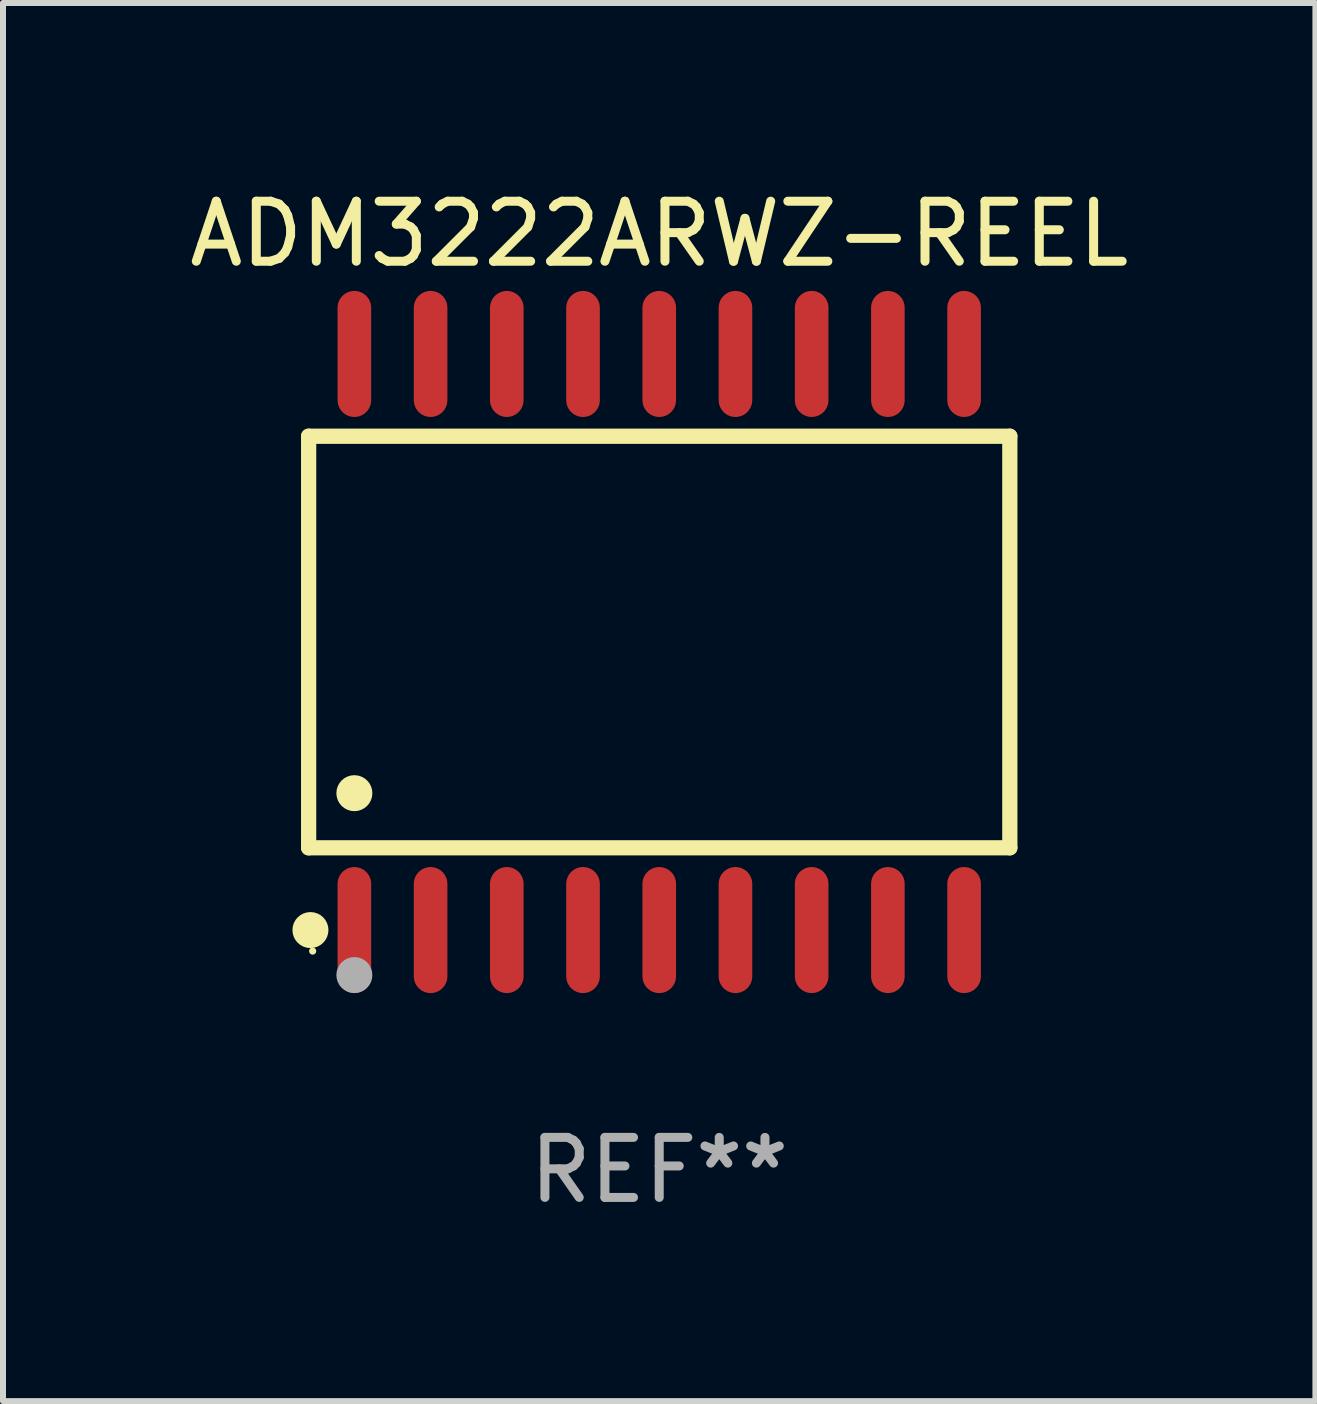
<source format=kicad_pcb>
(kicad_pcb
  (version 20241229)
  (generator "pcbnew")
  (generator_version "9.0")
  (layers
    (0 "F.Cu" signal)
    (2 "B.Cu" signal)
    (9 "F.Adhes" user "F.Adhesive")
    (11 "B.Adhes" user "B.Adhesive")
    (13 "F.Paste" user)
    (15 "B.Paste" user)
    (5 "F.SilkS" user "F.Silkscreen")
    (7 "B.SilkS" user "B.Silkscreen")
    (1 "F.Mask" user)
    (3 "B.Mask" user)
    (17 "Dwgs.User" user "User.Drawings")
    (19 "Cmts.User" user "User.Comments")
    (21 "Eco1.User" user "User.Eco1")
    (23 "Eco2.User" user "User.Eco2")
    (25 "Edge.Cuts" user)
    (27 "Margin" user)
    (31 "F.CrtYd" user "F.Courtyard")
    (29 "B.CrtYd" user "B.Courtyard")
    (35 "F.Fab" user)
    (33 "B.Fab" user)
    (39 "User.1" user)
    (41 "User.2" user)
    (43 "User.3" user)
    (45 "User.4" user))
  (footprint "ADM3222ARWZ-REEL"
    (layer "F.Cu")
    (at 7.935 7.648)
    (property "Reference" "ADM3222ARWZ-REEL" (at 0 -6.8 0) (layer "F.SilkS") (effects (font (size 1 1) (thickness 0.15))))
    (attr through_hole)
    (fp_line (start -5.842 -3.429) (end -5.842 3.429) (stroke (width 0.254) (type solid)) (layer "F.SilkS"))
    (fp_line (start -5.842 3.429) (end 5.842 3.429) (stroke (width 0.254) (type solid)) (layer "F.SilkS"))
    (fp_line (start 5.842 -3.429) (end -5.842 -3.429) (stroke (width 0.254) (type solid)) (layer "F.SilkS"))
    (fp_line (start 5.842 3.429) (end 5.842 -3.429) (stroke (width 0.254) (type solid)) (layer "F.SilkS"))
    (fp_circle (center -5.812 4.8) (end -5.662 4.8) (stroke (width 0.3) (type solid)) (fill no) (layer "F.SilkS"))
    (fp_circle (center -5.775 5.15) (end -5.745 5.15) (stroke (width 0.06) (type solid)) (fill no) (layer "F.SilkS"))
    (fp_circle (center -5.08 2.519) (end -4.93 2.519) (stroke (width 0.3) (type solid)) (fill no) (layer "F.SilkS"))
    (fp_circle (center -5.08 5.55) (end -4.93 5.55) (stroke (width 0.3) (type solid)) (fill no) (layer "F.Fab"))
    (fp_text user "REF**" (at 0 8.8 0) (layer "F.Fab") (effects (font (size 1 1) (thickness 0.15))))
    (pad "1" smd oval (at -5.08 4.8) (size 0.56 2.1) (layers "F.Cu" "F.Mask" "F.Paste"))
    (pad "2" smd oval (at -3.81 4.8) (size 0.56 2.1) (layers "F.Cu" "F.Mask" "F.Paste"))
    (pad "3" smd oval (at -2.54 4.8) (size 0.56 2.1) (layers "F.Cu" "F.Mask" "F.Paste"))
    (pad "4" smd oval (at -1.27 4.8) (size 0.56 2.1) (layers "F.Cu" "F.Mask" "F.Paste"))
    (pad "5" smd oval (at 0 4.8) (size 0.56 2.1) (layers "F.Cu" "F.Mask" "F.Paste"))
    (pad "6" smd oval (at 1.27 4.8) (size 0.56 2.1) (layers "F.Cu" "F.Mask" "F.Paste"))
    (pad "7" smd oval (at 2.54 4.8) (size 0.56 2.1) (layers "F.Cu" "F.Mask" "F.Paste"))
    (pad "8" smd oval (at 3.81 4.8) (size 0.56 2.1) (layers "F.Cu" "F.Mask" "F.Paste"))
    (pad "9" smd oval (at 5.08 4.8) (size 0.56 2.1) (layers "F.Cu" "F.Mask" "F.Paste"))
    (pad "10" smd oval (at 5.08 -4.8) (size 0.56 2.1) (layers "F.Cu" "F.Mask" "F.Paste"))
    (pad "11" smd oval (at 3.81 -4.8) (size 0.56 2.1) (layers "F.Cu" "F.Mask" "F.Paste"))
    (pad "12" smd oval (at 2.54 -4.8) (size 0.56 2.1) (layers "F.Cu" "F.Mask" "F.Paste"))
    (pad "13" smd oval (at 1.27 -4.8) (size 0.56 2.1) (layers "F.Cu" "F.Mask" "F.Paste"))
    (pad "14" smd oval (at 0 -4.8) (size 0.56 2.1) (layers "F.Cu" "F.Mask" "F.Paste"))
    (pad "15" smd oval (at -1.27 -4.8) (size 0.56 2.1) (layers "F.Cu" "F.Mask" "F.Paste"))
    (pad "16" smd oval (at -2.54 -4.8) (size 0.56 2.1) (layers "F.Cu" "F.Mask" "F.Paste"))
    (pad "17" smd oval (at -3.81 -4.8) (size 0.56 2.1) (layers "F.Cu" "F.Mask" "F.Paste"))
    (pad "18" smd oval (at -5.08 -4.8) (size 0.56 2.1) (layers "F.Cu" "F.Mask" "F.Paste")))
  (gr_rect
    (start -3 -3)
    (end 18.869 20.297)
    (stroke (width 0.1) (type default))
    (fill no)
    (layer "Edge.Cuts")))
</source>
